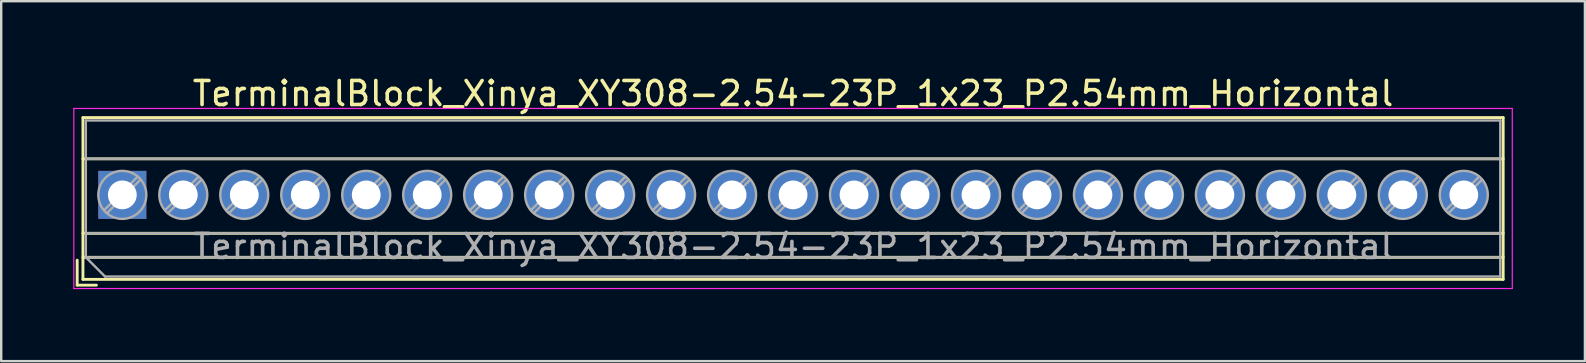
<source format=kicad_pcb>
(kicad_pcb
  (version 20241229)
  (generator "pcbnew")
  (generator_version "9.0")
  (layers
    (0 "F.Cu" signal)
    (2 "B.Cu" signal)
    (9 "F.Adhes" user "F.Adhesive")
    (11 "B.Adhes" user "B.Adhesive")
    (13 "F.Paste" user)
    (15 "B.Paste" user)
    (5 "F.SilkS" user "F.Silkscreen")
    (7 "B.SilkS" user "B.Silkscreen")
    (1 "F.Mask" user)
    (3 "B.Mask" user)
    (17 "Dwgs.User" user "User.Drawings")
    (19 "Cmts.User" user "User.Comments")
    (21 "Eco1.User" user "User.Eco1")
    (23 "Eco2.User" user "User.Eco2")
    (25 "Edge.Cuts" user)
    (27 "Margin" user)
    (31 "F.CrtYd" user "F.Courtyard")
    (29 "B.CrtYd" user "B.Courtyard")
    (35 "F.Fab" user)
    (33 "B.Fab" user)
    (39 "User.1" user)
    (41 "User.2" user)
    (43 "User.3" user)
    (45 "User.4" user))
  (footprint "TerminalBlock_Xinya_XY308-2.54-23P_1x23_P2.54mm_Horizontal"
    (layer "F.Cu")
    (at 2.045 5.068)
    (property "Reference" "TerminalBlock_Xinya_XY308-2.54-23P_1x23_P2.54mm_Horizontal" (at 27.94 -4.22 0) (layer "F.SilkS") (effects (font (size 1 1) (thickness 0.15))))
    (attr through_hole)
    (fp_line (start -1.88 2.72) (end -1.88 3.76) (stroke (width 0.12) (type solid)) (layer "F.SilkS"))
    (fp_line (start -1.88 3.76) (end -1.08 3.76) (stroke (width 0.12) (type solid)) (layer "F.SilkS"))
    (fp_line (start -1.64 -3.22) (end -1.64 3.52) (stroke (width 0.12) (type solid)) (layer "F.SilkS"))
    (fp_line (start -1.64 -3.22) (end 57.52 -3.22) (stroke (width 0.12) (type solid)) (layer "F.SilkS"))
    (fp_line (start -1.64 -1.501) (end 57.52 -1.501) (stroke (width 0.12) (type solid)) (layer "F.SilkS"))
    (fp_line (start -1.64 1.6) (end 57.52 1.6) (stroke (width 0.12) (type solid)) (layer "F.SilkS"))
    (fp_line (start -1.64 2.6) (end 57.52 2.6) (stroke (width 0.12) (type solid)) (layer "F.SilkS"))
    (fp_line (start -1.64 3.52) (end 57.52 3.52) (stroke (width 0.12) (type solid)) (layer "F.SilkS"))
    (fp_line (start 57.52 -3.22) (end 57.52 3.52) (stroke (width 0.12) (type solid)) (layer "F.SilkS"))
    (fp_line (start -2.02 -3.6) (end -2.02 3.9) (stroke (width 0.05) (type solid)) (layer "F.CrtYd"))
    (fp_line (start -2.02 3.9) (end 57.9 3.9) (stroke (width 0.05) (type solid)) (layer "F.CrtYd"))
    (fp_line (start 57.9 -3.6) (end -2.02 -3.6) (stroke (width 0.05) (type solid)) (layer "F.CrtYd"))
    (fp_line (start 57.9 3.9) (end 57.9 -3.6) (stroke (width 0.05) (type solid)) (layer "F.CrtYd"))
    (fp_line (start -1.52 -3.1) (end 57.4 -3.1) (stroke (width 0.1) (type solid)) (layer "F.Fab"))
    (fp_line (start -1.52 -1.5) (end 57.4 -1.5) (stroke (width 0.1) (type solid)) (layer "F.Fab"))
    (fp_line (start -1.52 1.6) (end 57.4 1.6) (stroke (width 0.1) (type solid)) (layer "F.Fab"))
    (fp_line (start -1.52 2.6) (end -1.52 -3.1) (stroke (width 0.1) (type solid)) (layer "F.Fab"))
    (fp_line (start -1.52 2.6) (end 57.4 2.6) (stroke (width 0.1) (type solid)) (layer "F.Fab"))
    (fp_line (start -0.72 3.4) (end -1.52 2.6) (stroke (width 0.1) (type solid)) (layer "F.Fab"))
    (fp_line (start 0.637 -0.759) (end -0.759 0.637) (stroke (width 0.1) (type solid)) (layer "F.Fab"))
    (fp_line (start 0.759 -0.637) (end -0.637 0.759) (stroke (width 0.1) (type solid)) (layer "F.Fab"))
    (fp_line (start 3.177 -0.759) (end 1.782 0.637) (stroke (width 0.1) (type solid)) (layer "F.Fab"))
    (fp_line (start 3.299 -0.637) (end 1.904 0.759) (stroke (width 0.1) (type solid)) (layer "F.Fab"))
    (fp_line (start 5.717 -0.759) (end 4.322 0.637) (stroke (width 0.1) (type solid)) (layer "F.Fab"))
    (fp_line (start 5.839 -0.637) (end 4.444 0.759) (stroke (width 0.1) (type solid)) (layer "F.Fab"))
    (fp_line (start 8.257 -0.759) (end 6.862 0.637) (stroke (width 0.1) (type solid)) (layer "F.Fab"))
    (fp_line (start 8.379 -0.637) (end 6.984 0.759) (stroke (width 0.1) (type solid)) (layer "F.Fab"))
    (fp_line (start 10.797 -0.759) (end 9.402 0.637) (stroke (width 0.1) (type solid)) (layer "F.Fab"))
    (fp_line (start 10.919 -0.637) (end 9.524 0.759) (stroke (width 0.1) (type solid)) (layer "F.Fab"))
    (fp_line (start 13.337 -0.759) (end 11.942 0.637) (stroke (width 0.1) (type solid)) (layer "F.Fab"))
    (fp_line (start 13.459 -0.637) (end 12.064 0.759) (stroke (width 0.1) (type solid)) (layer "F.Fab"))
    (fp_line (start 15.877 -0.759) (end 14.482 0.637) (stroke (width 0.1) (type solid)) (layer "F.Fab"))
    (fp_line (start 15.999 -0.637) (end 14.604 0.759) (stroke (width 0.1) (type solid)) (layer "F.Fab"))
    (fp_line (start 18.417 -0.759) (end 17.022 0.637) (stroke (width 0.1) (type solid)) (layer "F.Fab"))
    (fp_line (start 18.539 -0.637) (end 17.144 0.759) (stroke (width 0.1) (type solid)) (layer "F.Fab"))
    (fp_line (start 20.957 -0.759) (end 19.562 0.637) (stroke (width 0.1) (type solid)) (layer "F.Fab"))
    (fp_line (start 21.079 -0.637) (end 19.684 0.759) (stroke (width 0.1) (type solid)) (layer "F.Fab"))
    (fp_line (start 23.497 -0.759) (end 22.102 0.637) (stroke (width 0.1) (type solid)) (layer "F.Fab"))
    (fp_line (start 23.619 -0.637) (end 22.224 0.759) (stroke (width 0.1) (type solid)) (layer "F.Fab"))
    (fp_line (start 26.037 -0.759) (end 24.642 0.637) (stroke (width 0.1) (type solid)) (layer "F.Fab"))
    (fp_line (start 26.159 -0.637) (end 24.764 0.759) (stroke (width 0.1) (type solid)) (layer "F.Fab"))
    (fp_line (start 28.577 -0.759) (end 27.182 0.637) (stroke (width 0.1) (type solid)) (layer "F.Fab"))
    (fp_line (start 28.699 -0.637) (end 27.304 0.759) (stroke (width 0.1) (type solid)) (layer "F.Fab"))
    (fp_line (start 31.117 -0.759) (end 29.722 0.637) (stroke (width 0.1) (type solid)) (layer "F.Fab"))
    (fp_line (start 31.239 -0.637) (end 29.844 0.759) (stroke (width 0.1) (type solid)) (layer "F.Fab"))
    (fp_line (start 33.657 -0.759) (end 32.262 0.637) (stroke (width 0.1) (type solid)) (layer "F.Fab"))
    (fp_line (start 33.779 -0.637) (end 32.384 0.759) (stroke (width 0.1) (type solid)) (layer "F.Fab"))
    (fp_line (start 36.197 -0.759) (end 34.802 0.637) (stroke (width 0.1) (type solid)) (layer "F.Fab"))
    (fp_line (start 36.319 -0.637) (end 34.924 0.759) (stroke (width 0.1) (type solid)) (layer "F.Fab"))
    (fp_line (start 38.737 -0.759) (end 37.342 0.637) (stroke (width 0.1) (type solid)) (layer "F.Fab"))
    (fp_line (start 38.859 -0.637) (end 37.464 0.759) (stroke (width 0.1) (type solid)) (layer "F.Fab"))
    (fp_line (start 41.277 -0.759) (end 39.882 0.637) (stroke (width 0.1) (type solid)) (layer "F.Fab"))
    (fp_line (start 41.399 -0.637) (end 40.004 0.759) (stroke (width 0.1) (type solid)) (layer "F.Fab"))
    (fp_line (start 43.817 -0.759) (end 42.422 0.637) (stroke (width 0.1) (type solid)) (layer "F.Fab"))
    (fp_line (start 43.939 -0.637) (end 42.544 0.759) (stroke (width 0.1) (type solid)) (layer "F.Fab"))
    (fp_line (start 46.357 -0.759) (end 44.962 0.637) (stroke (width 0.1) (type solid)) (layer "F.Fab"))
    (fp_line (start 46.479 -0.637) (end 45.084 0.759) (stroke (width 0.1) (type solid)) (layer "F.Fab"))
    (fp_line (start 48.897 -0.759) (end 47.502 0.637) (stroke (width 0.1) (type solid)) (layer "F.Fab"))
    (fp_line (start 49.019 -0.637) (end 47.624 0.759) (stroke (width 0.1) (type solid)) (layer "F.Fab"))
    (fp_line (start 51.437 -0.759) (end 50.042 0.637) (stroke (width 0.1) (type solid)) (layer "F.Fab"))
    (fp_line (start 51.559 -0.637) (end 50.164 0.759) (stroke (width 0.1) (type solid)) (layer "F.Fab"))
    (fp_line (start 53.977 -0.759) (end 52.582 0.637) (stroke (width 0.1) (type solid)) (layer "F.Fab"))
    (fp_line (start 54.099 -0.637) (end 52.704 0.759) (stroke (width 0.1) (type solid)) (layer "F.Fab"))
    (fp_line (start 56.517 -0.759) (end 55.122 0.637) (stroke (width 0.1) (type solid)) (layer "F.Fab"))
    (fp_line (start 56.639 -0.637) (end 55.244 0.759) (stroke (width 0.1) (type solid)) (layer "F.Fab"))
    (fp_line (start 57.4 -3.1) (end 57.4 3.4) (stroke (width 0.1) (type solid)) (layer "F.Fab"))
    (fp_line (start 57.4 3.4) (end -0.72 3.4) (stroke (width 0.1) (type solid)) (layer "F.Fab"))
    (fp_circle (center 0 0) (end 1 0) (stroke (width 0.1) (type solid)) (fill no) (layer "F.Fab"))
    (fp_circle (center 2.54 0) (end 3.54 0) (stroke (width 0.1) (type solid)) (fill no) (layer "F.Fab"))
    (fp_circle (center 5.08 0) (end 6.08 0) (stroke (width 0.1) (type solid)) (fill no) (layer "F.Fab"))
    (fp_circle (center 7.62 0) (end 8.62 0) (stroke (width 0.1) (type solid)) (fill no) (layer "F.Fab"))
    (fp_circle (center 10.16 0) (end 11.16 0) (stroke (width 0.1) (type solid)) (fill no) (layer "F.Fab"))
    (fp_circle (center 12.7 0) (end 13.7 0) (stroke (width 0.1) (type solid)) (fill no) (layer "F.Fab"))
    (fp_circle (center 15.24 0) (end 16.24 0) (stroke (width 0.1) (type solid)) (fill no) (layer "F.Fab"))
    (fp_circle (center 17.78 0) (end 18.78 0) (stroke (width 0.1) (type solid)) (fill no) (layer "F.Fab"))
    (fp_circle (center 20.32 0) (end 21.32 0) (stroke (width 0.1) (type solid)) (fill no) (layer "F.Fab"))
    (fp_circle (center 22.86 0) (end 23.86 0) (stroke (width 0.1) (type solid)) (fill no) (layer "F.Fab"))
    (fp_circle (center 25.4 0) (end 26.4 0) (stroke (width 0.1) (type solid)) (fill no) (layer "F.Fab"))
    (fp_circle (center 27.94 0) (end 28.94 0) (stroke (width 0.1) (type solid)) (fill no) (layer "F.Fab"))
    (fp_circle (center 30.48 0) (end 31.48 0) (stroke (width 0.1) (type solid)) (fill no) (layer "F.Fab"))
    (fp_circle (center 33.02 0) (end 34.02 0) (stroke (width 0.1) (type solid)) (fill no) (layer "F.Fab"))
    (fp_circle (center 35.56 0) (end 36.56 0) (stroke (width 0.1) (type solid)) (fill no) (layer "F.Fab"))
    (fp_circle (center 38.1 0) (end 39.1 0) (stroke (width 0.1) (type solid)) (fill no) (layer "F.Fab"))
    (fp_circle (center 40.64 0) (end 41.64 0) (stroke (width 0.1) (type solid)) (fill no) (layer "F.Fab"))
    (fp_circle (center 43.18 0) (end 44.18 0) (stroke (width 0.1) (type solid)) (fill no) (layer "F.Fab"))
    (fp_circle (center 45.72 0) (end 46.72 0) (stroke (width 0.1) (type solid)) (fill no) (layer "F.Fab"))
    (fp_circle (center 48.26 0) (end 49.26 0) (stroke (width 0.1) (type solid)) (fill no) (layer "F.Fab"))
    (fp_circle (center 50.8 0) (end 51.8 0) (stroke (width 0.1) (type solid)) (fill no) (layer "F.Fab"))
    (fp_circle (center 53.34 0) (end 54.34 0) (stroke (width 0.1) (type solid)) (fill no) (layer "F.Fab"))
    (fp_circle (center 55.88 0) (end 56.88 0) (stroke (width 0.1) (type solid)) (fill no) (layer "F.Fab"))
    (fp_text user "${REFERENCE}" (at 27.94 2.15 0) (layer "F.Fab") (effects (font (size 1 1) (thickness 0.15))))
    (pad "1" thru_hole rect (at 0 0) (size 2 2) (drill 1.2) (layers "*.Cu" "*.Mask"))
    (pad "2" thru_hole circle (at 2.54 0) (size 2 2) (drill 1.2) (layers "*.Cu" "*.Mask"))
    (pad "3" thru_hole circle (at 5.08 0) (size 2 2) (drill 1.2) (layers "*.Cu" "*.Mask"))
    (pad "4" thru_hole circle (at 7.62 0) (size 2 2) (drill 1.2) (layers "*.Cu" "*.Mask"))
    (pad "5" thru_hole circle (at 10.16 0) (size 2 2) (drill 1.2) (layers "*.Cu" "*.Mask"))
    (pad "6" thru_hole circle (at 12.7 0) (size 2 2) (drill 1.2) (layers "*.Cu" "*.Mask"))
    (pad "7" thru_hole circle (at 15.24 0) (size 2 2) (drill 1.2) (layers "*.Cu" "*.Mask"))
    (pad "8" thru_hole circle (at 17.78 0) (size 2 2) (drill 1.2) (layers "*.Cu" "*.Mask"))
    (pad "9" thru_hole circle (at 20.32 0) (size 2 2) (drill 1.2) (layers "*.Cu" "*.Mask"))
    (pad "10" thru_hole circle (at 22.86 0) (size 2 2) (drill 1.2) (layers "*.Cu" "*.Mask"))
    (pad "11" thru_hole circle (at 25.4 0) (size 2 2) (drill 1.2) (layers "*.Cu" "*.Mask"))
    (pad "12" thru_hole circle (at 27.94 0) (size 2 2) (drill 1.2) (layers "*.Cu" "*.Mask"))
    (pad "13" thru_hole circle (at 30.48 0) (size 2 2) (drill 1.2) (layers "*.Cu" "*.Mask"))
    (pad "14" thru_hole circle (at 33.02 0) (size 2 2) (drill 1.2) (layers "*.Cu" "*.Mask"))
    (pad "15" thru_hole circle (at 35.56 0) (size 2 2) (drill 1.2) (layers "*.Cu" "*.Mask"))
    (pad "16" thru_hole circle (at 38.1 0) (size 2 2) (drill 1.2) (layers "*.Cu" "*.Mask"))
    (pad "17" thru_hole circle (at 40.64 0) (size 2 2) (drill 1.2) (layers "*.Cu" "*.Mask"))
    (pad "18" thru_hole circle (at 43.18 0) (size 2 2) (drill 1.2) (layers "*.Cu" "*.Mask"))
    (pad "19" thru_hole circle (at 45.72 0) (size 2 2) (drill 1.2) (layers "*.Cu" "*.Mask"))
    (pad "20" thru_hole circle (at 48.26 0) (size 2 2) (drill 1.2) (layers "*.Cu" "*.Mask"))
    (pad "21" thru_hole circle (at 50.8 0) (size 2 2) (drill 1.2) (layers "*.Cu" "*.Mask"))
    (pad "22" thru_hole circle (at 53.34 0) (size 2 2) (drill 1.2) (layers "*.Cu" "*.Mask"))
    (pad "23" thru_hole circle (at 55.88 0) (size 2 2) (drill 1.2) (layers "*.Cu" "*.Mask")))
  (gr_rect
    (start -3 -3)
    (end 62.97 11.993)
    (stroke (width 0.1) (type default))
    (fill no)
    (layer "Edge.Cuts")))
</source>
